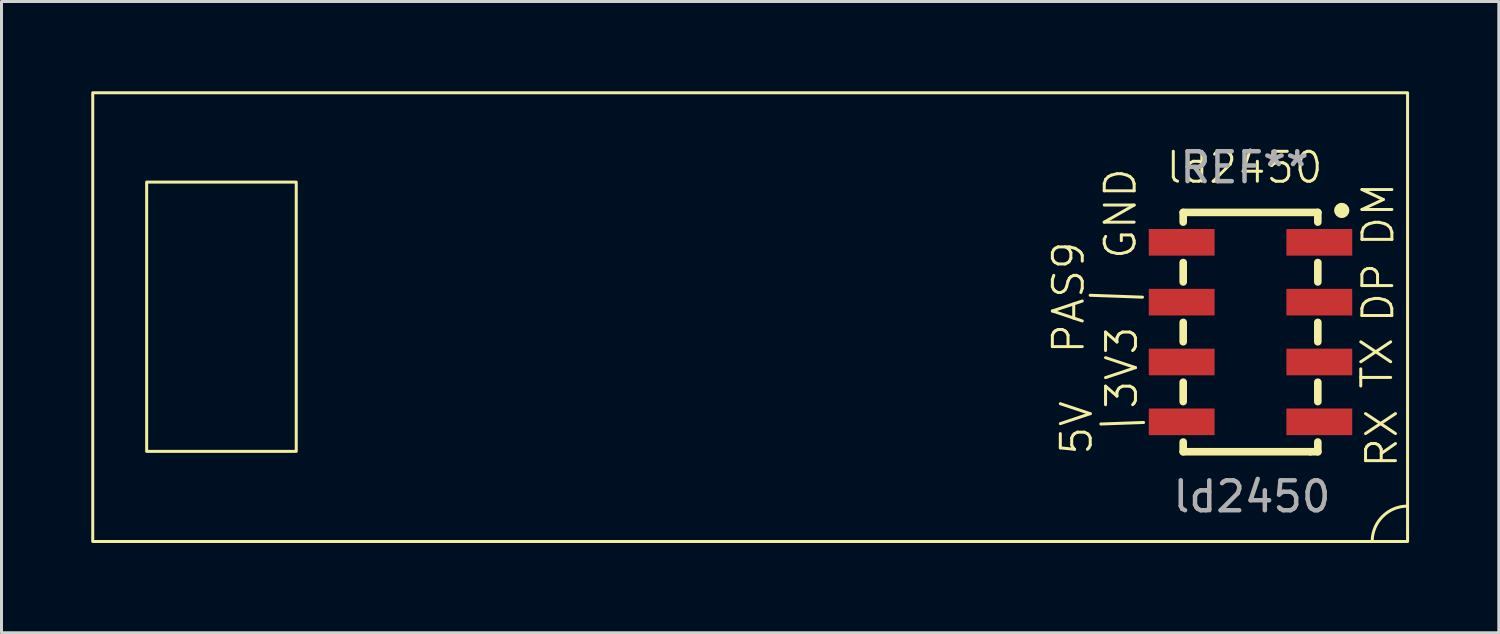
<source format=kicad_pcb>
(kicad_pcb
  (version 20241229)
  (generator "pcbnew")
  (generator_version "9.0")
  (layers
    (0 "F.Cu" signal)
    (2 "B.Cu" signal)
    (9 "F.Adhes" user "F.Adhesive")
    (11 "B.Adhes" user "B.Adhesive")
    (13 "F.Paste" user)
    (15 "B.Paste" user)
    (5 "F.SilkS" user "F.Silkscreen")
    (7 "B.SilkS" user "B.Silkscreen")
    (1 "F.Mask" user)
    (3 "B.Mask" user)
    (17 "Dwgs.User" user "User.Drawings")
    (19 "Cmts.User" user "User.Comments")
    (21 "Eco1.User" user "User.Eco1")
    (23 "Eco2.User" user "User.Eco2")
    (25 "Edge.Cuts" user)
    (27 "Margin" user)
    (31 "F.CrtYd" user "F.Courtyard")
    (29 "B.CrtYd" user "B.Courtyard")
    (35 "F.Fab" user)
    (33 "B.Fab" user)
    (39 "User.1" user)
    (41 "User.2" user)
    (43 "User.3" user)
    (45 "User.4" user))
  (footprint "ld2450"
    (layer "F.Cu")
    (at 38.8 8.05)
    (property "Reference" "ld2450" (at -0.25 -5.5 0) (unlocked yes) (layer "F.SilkS") (effects (font (size 1 1) (thickness 0.1))))
    (attr through_hole)
    (fp_line (start -5.41 -1.23) (end -3.661 -1.167) (stroke (width 0.1) (type default)) (layer "F.SilkS"))
    (fp_line (start -5.053 3.073) (end -3.624 3.022) (stroke (width 0.1) (type default)) (layer "F.SilkS"))
    (fp_line (start -2.3 -4) (end -2.3 -3.676) (stroke (width 0.254) (type solid)) (layer "F.SilkS"))
    (fp_line (start -2.3 -2.324) (end -2.3 -1.676) (stroke (width 0.254) (type solid)) (layer "F.SilkS"))
    (fp_line (start -2.3 -0.324) (end -2.3 0.324) (stroke (width 0.254) (type solid)) (layer "F.SilkS"))
    (fp_line (start -2.3 1.676) (end -2.3 2.324) (stroke (width 0.254) (type solid)) (layer "F.SilkS"))
    (fp_line (start -2.3 3.676) (end -2.3 4) (stroke (width 0.254) (type solid)) (layer "F.SilkS"))
    (fp_line (start -2.3 4) (end 1.95 4) (stroke (width 0.254) (type solid)) (layer "F.SilkS"))
    (fp_line (start 1.95 4) (end 2.2 4) (stroke (width 0.254) (type solid)) (layer "F.SilkS"))
    (fp_line (start 2.2 -4) (end -2.3 -4) (stroke (width 0.254) (type solid)) (layer "F.SilkS"))
    (fp_line (start 2.2 -3.676) (end 2.2 -4) (stroke (width 0.254) (type solid)) (layer "F.SilkS"))
    (fp_line (start 2.2 -2.324) (end 2.2 -1.676) (stroke (width 0.254) (type solid)) (layer "F.SilkS"))
    (fp_line (start 2.2 -0.324) (end 2.2 0.324) (stroke (width 0.254) (type solid)) (layer "F.SilkS"))
    (fp_line (start 2.2 1.676) (end 2.2 2.324) (stroke (width 0.254) (type solid)) (layer "F.SilkS"))
    (fp_line (start 2.2 4) (end 2.2 3.676) (stroke (width 0.254) (type solid)) (layer "F.SilkS"))
    (fp_rect (start -38.75 -8) (end 5.2 7) (stroke (width 0.1) (type default)) (fill no) (layer "F.SilkS"))
    (fp_rect (start -36.948 -5.013) (end -31.948 3.987) (stroke (width 0.1) (type default)) (fill no) (layer "F.SilkS"))
    (fp_arc (start 4.016912 7) (mid 4.362027 6.164836) (end 5.196027 5.816919) (stroke (width 0.1) (type default)) (layer "F.SilkS"))
    (fp_circle (center 3 -4.066) (end 3 -4.036) (stroke (width 0.06) (type solid)) (fill no) (layer "F.SilkS"))
    (fp_circle (center 3 -4.066) (end 3 -3.939) (stroke (width 0.254) (type solid)) (fill no) (layer "F.SilkS"))
    (fp_text user "RX" (at 4.923 4.601 90) (unlocked yes) (layer "F.SilkS") (effects (font (size 1 1) (thickness 0.1)) (justify left bottom)))
    (fp_text user "DP" (at 4.8 -0.25 90) (unlocked yes) (layer "F.SilkS") (effects (font (size 1 1) (thickness 0.1)) (justify left bottom)))
    (fp_text user "PAS9" (at -5.546 -3.104 90) (unlocked yes) (layer "F.SilkS") (effects (font (size 1 1) (thickness 0.1)) (justify right bottom)))
    (fp_text user "DM" (at 4.803 -2.794 90) (unlocked yes) (layer "F.SilkS") (effects (font (size 1 1) (thickness 0.1)) (justify left bottom)))
    (fp_text user "GND" (at -3.812 -5.55 90) (unlocked yes) (layer "F.SilkS") (effects (font (size 1 1) (thickness 0.1)) (justify right bottom)))
    (fp_text user "TX" (at 4.763 1.963 90) (unlocked yes) (layer "F.SilkS") (effects (font (size 1 1) (thickness 0.1)) (justify left bottom)))
    (fp_text user "3V3" (at -3.768 -0.258 90) (unlocked yes) (layer "F.SilkS") (effects (font (size 1 1) (thickness 0.1)) (justify right bottom)))
    (fp_text user "5V" (at -5.28 2.233 90) (unlocked yes) (layer "F.SilkS") (effects (font (size 1 1) (thickness 0.1)) (justify right bottom)))
    (fp_text user "${REFERENCE}" (at 0 5.5 0) (unlocked yes) (layer "F.Fab") (effects (font (size 1 1) (thickness 0.15))))
    (fp_text user "REF**" (at -0.25 -5.5 0) (layer "F.Fab") (effects (font (size 1 1) (thickness 0.15))))
    (pad "1" smd rect (at 2.25 -3 270) (size 0.89 2.2) (layers "F.Cu" "F.Mask" "F.Paste"))
    (pad "2" smd rect (at 2.25 -1 270) (size 0.89 2.2) (layers "F.Cu" "F.Mask" "F.Paste"))
    (pad "3" smd rect (at 2.25 1 270) (size 0.89 2.2) (layers "F.Cu" "F.Mask" "F.Paste"))
    (pad "4" smd rect (at 2.25 3 270) (size 0.89 2.2) (layers "F.Cu" "F.Mask" "F.Paste"))
    (pad "5" smd rect (at -2.35 3 270) (size 0.89 2.2) (layers "F.Cu" "F.Mask" "F.Paste"))
    (pad "6" smd rect (at -2.35 1 270) (size 0.89 2.2) (layers "F.Cu" "F.Mask" "F.Paste"))
    (pad "7" smd rect (at -2.35 -1 270) (size 0.89 2.2) (layers "F.Cu" "F.Mask" "F.Paste"))
    (pad "8" smd rect (at -2.35 -3 270) (size 0.89 2.2) (layers "F.Cu" "F.Mask" "F.Paste")))
  (gr_rect
    (start -3 -3)
    (end 47.05 18.1)
    (stroke (width 0.1) (type default))
    (fill no)
    (layer "Edge.Cuts")))
</source>
